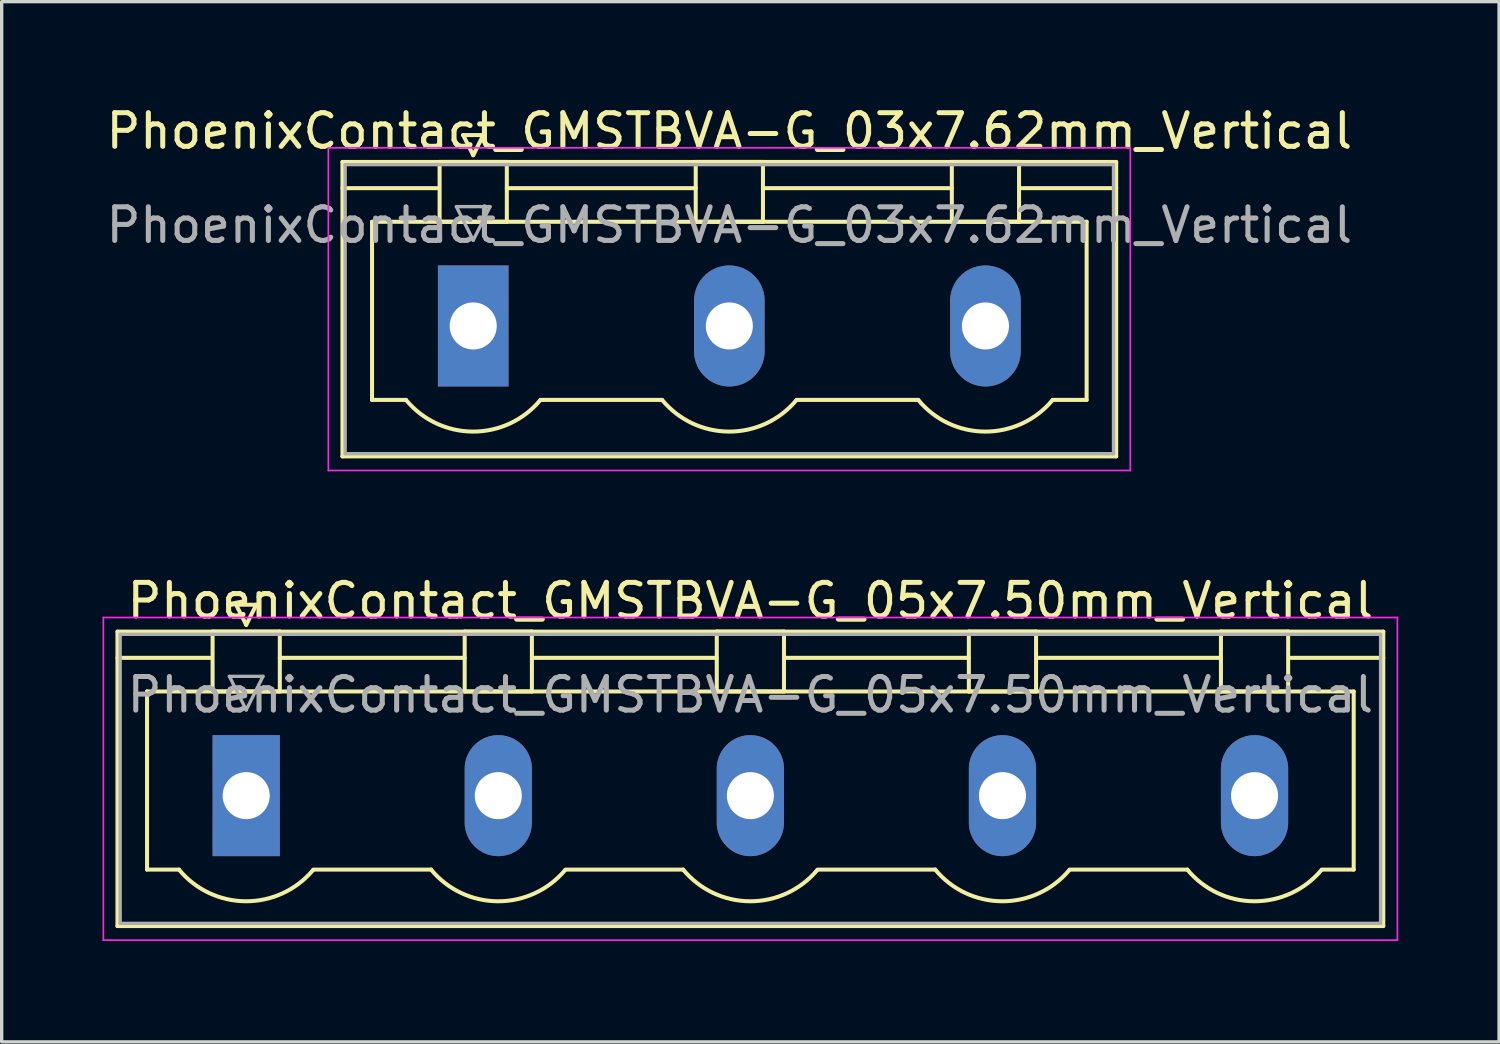
<source format=kicad_pcb>
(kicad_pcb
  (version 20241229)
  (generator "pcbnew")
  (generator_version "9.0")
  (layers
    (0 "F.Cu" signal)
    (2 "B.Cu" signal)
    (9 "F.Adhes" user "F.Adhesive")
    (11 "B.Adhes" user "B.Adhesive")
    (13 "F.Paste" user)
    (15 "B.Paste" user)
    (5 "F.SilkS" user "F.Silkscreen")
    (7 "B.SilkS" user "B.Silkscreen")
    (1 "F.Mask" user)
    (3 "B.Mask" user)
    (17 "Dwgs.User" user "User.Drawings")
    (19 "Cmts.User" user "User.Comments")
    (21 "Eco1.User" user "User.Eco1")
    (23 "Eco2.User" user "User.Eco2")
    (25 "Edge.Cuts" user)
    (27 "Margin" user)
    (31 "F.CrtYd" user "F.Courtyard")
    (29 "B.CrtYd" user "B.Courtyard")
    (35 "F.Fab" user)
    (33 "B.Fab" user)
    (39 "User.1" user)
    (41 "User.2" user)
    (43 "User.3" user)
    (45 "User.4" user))
  (footprint "PhoenixContact_GMSTBVA-G_03x7.62mm_Vertical"
    (layer "F.Cu")
    (at 11.029 6.648)
    (property "Reference" "PhoenixContact_GMSTBVA-G_03x7.62mm_Vertical" (at 7.62 -5.8 0) (layer "F.SilkS") (effects (font (size 1 1) (thickness 0.15))))
    (attr through_hole)
    (fp_line (start -3.89 -4.88) (end -3.89 3.88) (stroke (width 0.12) (type solid)) (layer "F.SilkS"))
    (fp_line (start -3.89 -4.1) (end -1.08 -4.1) (stroke (width 0.12) (type solid)) (layer "F.SilkS"))
    (fp_line (start -3.89 3.88) (end 19.13 3.88) (stroke (width 0.12) (type solid)) (layer "F.SilkS"))
    (fp_line (start -3.01 -3.1) (end 18.25 -3.1) (stroke (width 0.12) (type solid)) (layer "F.SilkS"))
    (fp_line (start -3.01 2.2) (end -3.01 -3.1) (stroke (width 0.12) (type solid)) (layer "F.SilkS"))
    (fp_line (start -2 2.2) (end -3.01 2.2) (stroke (width 0.12) (type solid)) (layer "F.SilkS"))
    (fp_line (start -1 -4.88) (end 1 -4.88) (stroke (width 0.12) (type solid)) (layer "F.SilkS"))
    (fp_line (start -1 -3.1) (end -1 -4.88) (stroke (width 0.12) (type solid)) (layer "F.SilkS"))
    (fp_line (start -0.3 -5.68) (end 0.3 -5.68) (stroke (width 0.12) (type solid)) (layer "F.SilkS"))
    (fp_line (start 0 -5.08) (end -0.3 -5.68) (stroke (width 0.12) (type solid)) (layer "F.SilkS"))
    (fp_line (start 0.3 -5.68) (end 0 -5.08) (stroke (width 0.12) (type solid)) (layer "F.SilkS"))
    (fp_line (start 1 -4.88) (end 1 -3.1) (stroke (width 0.12) (type solid)) (layer "F.SilkS"))
    (fp_line (start 1 -4.1) (end 6.62 -4.1) (stroke (width 0.12) (type solid)) (layer "F.SilkS"))
    (fp_line (start 1 -3.1) (end -1 -3.1) (stroke (width 0.12) (type solid)) (layer "F.SilkS"))
    (fp_line (start 2 2.2) (end 5.62 2.2) (stroke (width 0.12) (type solid)) (layer "F.SilkS"))
    (fp_line (start 6.62 -4.88) (end 8.62 -4.88) (stroke (width 0.12) (type solid)) (layer "F.SilkS"))
    (fp_line (start 6.62 -3.1) (end 6.62 -4.88) (stroke (width 0.12) (type solid)) (layer "F.SilkS"))
    (fp_line (start 8.62 -4.88) (end 8.62 -3.1) (stroke (width 0.12) (type solid)) (layer "F.SilkS"))
    (fp_line (start 8.62 -4.1) (end 14.24 -4.1) (stroke (width 0.12) (type solid)) (layer "F.SilkS"))
    (fp_line (start 8.62 -3.1) (end 6.62 -3.1) (stroke (width 0.12) (type solid)) (layer "F.SilkS"))
    (fp_line (start 9.62 2.2) (end 13.24 2.2) (stroke (width 0.12) (type solid)) (layer "F.SilkS"))
    (fp_line (start 14.24 -4.88) (end 16.24 -4.88) (stroke (width 0.12) (type solid)) (layer "F.SilkS"))
    (fp_line (start 14.24 -3.1) (end 14.24 -4.88) (stroke (width 0.12) (type solid)) (layer "F.SilkS"))
    (fp_line (start 16.24 -4.88) (end 16.24 -3.1) (stroke (width 0.12) (type solid)) (layer "F.SilkS"))
    (fp_line (start 16.24 -3.1) (end 14.24 -3.1) (stroke (width 0.12) (type solid)) (layer "F.SilkS"))
    (fp_line (start 18.25 -3.1) (end 18.25 2.2) (stroke (width 0.12) (type solid)) (layer "F.SilkS"))
    (fp_line (start 18.25 2.2) (end 17.24 2.2) (stroke (width 0.12) (type solid)) (layer "F.SilkS"))
    (fp_line (start 19.13 -4.88) (end -3.89 -4.88) (stroke (width 0.12) (type solid)) (layer "F.SilkS"))
    (fp_line (start 19.13 -4.1) (end 16.32 -4.1) (stroke (width 0.12) (type solid)) (layer "F.SilkS"))
    (fp_line (start 19.13 3.88) (end 19.13 -4.88) (stroke (width 0.12) (type solid)) (layer "F.SilkS"))
    (fp_arc (start 1.986842 2.215821) (mid -0.010289 3.142758) (end -2 2.2) (stroke (width 0.12) (type solid)) (layer "F.SilkS"))
    (fp_arc (start 9.606842 2.215821) (mid 7.609711 3.142758) (end 5.62 2.2) (stroke (width 0.12) (type solid)) (layer "F.SilkS"))
    (fp_arc (start 17.226842 2.215821) (mid 15.229711 3.142758) (end 13.24 2.2) (stroke (width 0.12) (type solid)) (layer "F.SilkS"))
    (fp_line (start -4.31 -5.3) (end -4.31 4.3) (stroke (width 0.05) (type solid)) (layer "F.CrtYd"))
    (fp_line (start -4.31 4.3) (end 19.55 4.3) (stroke (width 0.05) (type solid)) (layer "F.CrtYd"))
    (fp_line (start 19.55 -5.3) (end -4.31 -5.3) (stroke (width 0.05) (type solid)) (layer "F.CrtYd"))
    (fp_line (start 19.55 4.3) (end 19.55 -5.3) (stroke (width 0.05) (type solid)) (layer "F.CrtYd"))
    (fp_line (start -3.81 -4.8) (end -3.81 3.8) (stroke (width 0.1) (type solid)) (layer "F.Fab"))
    (fp_line (start -3.81 3.8) (end 19.05 3.8) (stroke (width 0.1) (type solid)) (layer "F.Fab"))
    (fp_line (start -0.5 -3.55) (end 0.5 -3.55) (stroke (width 0.1) (type solid)) (layer "F.Fab"))
    (fp_line (start 0 -2.55) (end -0.5 -3.55) (stroke (width 0.1) (type solid)) (layer "F.Fab"))
    (fp_line (start 0.5 -3.55) (end 0 -2.55) (stroke (width 0.1) (type solid)) (layer "F.Fab"))
    (fp_line (start 19.05 -4.8) (end -3.81 -4.8) (stroke (width 0.1) (type solid)) (layer "F.Fab"))
    (fp_line (start 19.05 3.8) (end 19.05 -4.8) (stroke (width 0.1) (type solid)) (layer "F.Fab"))
    (fp_text user "${REFERENCE}" (at 7.62 -3 0) (layer "F.Fab") (effects (font (size 1 1) (thickness 0.15))))
    (pad "1" thru_hole rect (at 0 0) (size 2.1 3.6) (drill 1.4) (layers "*.Cu" "*.Mask"))
    (pad "2" thru_hole oval (at 7.62 0) (size 2.1 3.6) (drill 1.4) (layers "*.Cu" "*.Mask"))
    (pad "3" thru_hole oval (at 15.24 0) (size 2.1 3.6) (drill 1.4) (layers "*.Cu" "*.Mask")))
  (footprint "PhoenixContact_GMSTBVA-G_05x7.50mm_Vertical"
    (layer "F.Cu")
    (at 4.275 20.622)
    (property "Reference" "PhoenixContact_GMSTBVA-G_05x7.50mm_Vertical" (at 15 -5.8 0) (layer "F.SilkS") (effects (font (size 1 1) (thickness 0.15))))
    (attr through_hole)
    (fp_line (start -3.83 -4.88) (end -3.83 3.88) (stroke (width 0.12) (type solid)) (layer "F.SilkS"))
    (fp_line (start -3.83 -4.1) (end -1.08 -4.1) (stroke (width 0.12) (type solid)) (layer "F.SilkS"))
    (fp_line (start -3.83 3.88) (end 33.83 3.88) (stroke (width 0.12) (type solid)) (layer "F.SilkS"))
    (fp_line (start -2.95 -3.1) (end 32.95 -3.1) (stroke (width 0.12) (type solid)) (layer "F.SilkS"))
    (fp_line (start -2.95 2.2) (end -2.95 -3.1) (stroke (width 0.12) (type solid)) (layer "F.SilkS"))
    (fp_line (start -2 2.2) (end -2.95 2.2) (stroke (width 0.12) (type solid)) (layer "F.SilkS"))
    (fp_line (start -1 -4.88) (end 1 -4.88) (stroke (width 0.12) (type solid)) (layer "F.SilkS"))
    (fp_line (start -1 -3.1) (end -1 -4.88) (stroke (width 0.12) (type solid)) (layer "F.SilkS"))
    (fp_line (start -0.3 -5.68) (end 0.3 -5.68) (stroke (width 0.12) (type solid)) (layer "F.SilkS"))
    (fp_line (start 0 -5.08) (end -0.3 -5.68) (stroke (width 0.12) (type solid)) (layer "F.SilkS"))
    (fp_line (start 0.3 -5.68) (end 0 -5.08) (stroke (width 0.12) (type solid)) (layer "F.SilkS"))
    (fp_line (start 1 -4.88) (end 1 -3.1) (stroke (width 0.12) (type solid)) (layer "F.SilkS"))
    (fp_line (start 1 -4.1) (end 6.5 -4.1) (stroke (width 0.12) (type solid)) (layer "F.SilkS"))
    (fp_line (start 1 -3.1) (end -1 -3.1) (stroke (width 0.12) (type solid)) (layer "F.SilkS"))
    (fp_line (start 2 2.2) (end 5.5 2.2) (stroke (width 0.12) (type solid)) (layer "F.SilkS"))
    (fp_line (start 6.5 -4.88) (end 8.5 -4.88) (stroke (width 0.12) (type solid)) (layer "F.SilkS"))
    (fp_line (start 6.5 -3.1) (end 6.5 -4.88) (stroke (width 0.12) (type solid)) (layer "F.SilkS"))
    (fp_line (start 8.5 -4.88) (end 8.5 -3.1) (stroke (width 0.12) (type solid)) (layer "F.SilkS"))
    (fp_line (start 8.5 -4.1) (end 14 -4.1) (stroke (width 0.12) (type solid)) (layer "F.SilkS"))
    (fp_line (start 8.5 -3.1) (end 6.5 -3.1) (stroke (width 0.12) (type solid)) (layer "F.SilkS"))
    (fp_line (start 9.5 2.2) (end 13 2.2) (stroke (width 0.12) (type solid)) (layer "F.SilkS"))
    (fp_line (start 14 -4.88) (end 16 -4.88) (stroke (width 0.12) (type solid)) (layer "F.SilkS"))
    (fp_line (start 14 -3.1) (end 14 -4.88) (stroke (width 0.12) (type solid)) (layer "F.SilkS"))
    (fp_line (start 16 -4.88) (end 16 -3.1) (stroke (width 0.12) (type solid)) (layer "F.SilkS"))
    (fp_line (start 16 -4.1) (end 21.5 -4.1) (stroke (width 0.12) (type solid)) (layer "F.SilkS"))
    (fp_line (start 16 -3.1) (end 14 -3.1) (stroke (width 0.12) (type solid)) (layer "F.SilkS"))
    (fp_line (start 17 2.2) (end 20.5 2.2) (stroke (width 0.12) (type solid)) (layer "F.SilkS"))
    (fp_line (start 21.5 -4.88) (end 23.5 -4.88) (stroke (width 0.12) (type solid)) (layer "F.SilkS"))
    (fp_line (start 21.5 -3.1) (end 21.5 -4.88) (stroke (width 0.12) (type solid)) (layer "F.SilkS"))
    (fp_line (start 23.5 -4.88) (end 23.5 -3.1) (stroke (width 0.12) (type solid)) (layer "F.SilkS"))
    (fp_line (start 23.5 -4.1) (end 29 -4.1) (stroke (width 0.12) (type solid)) (layer "F.SilkS"))
    (fp_line (start 23.5 -3.1) (end 21.5 -3.1) (stroke (width 0.12) (type solid)) (layer "F.SilkS"))
    (fp_line (start 24.5 2.2) (end 28 2.2) (stroke (width 0.12) (type solid)) (layer "F.SilkS"))
    (fp_line (start 29 -4.88) (end 31 -4.88) (stroke (width 0.12) (type solid)) (layer "F.SilkS"))
    (fp_line (start 29 -3.1) (end 29 -4.88) (stroke (width 0.12) (type solid)) (layer "F.SilkS"))
    (fp_line (start 31 -4.88) (end 31 -3.1) (stroke (width 0.12) (type solid)) (layer "F.SilkS"))
    (fp_line (start 31 -3.1) (end 29 -3.1) (stroke (width 0.12) (type solid)) (layer "F.SilkS"))
    (fp_line (start 32.95 -3.1) (end 32.95 2.2) (stroke (width 0.12) (type solid)) (layer "F.SilkS"))
    (fp_line (start 32.95 2.2) (end 32 2.2) (stroke (width 0.12) (type solid)) (layer "F.SilkS"))
    (fp_line (start 33.83 -4.88) (end -3.83 -4.88) (stroke (width 0.12) (type solid)) (layer "F.SilkS"))
    (fp_line (start 33.83 -4.1) (end 31.08 -4.1) (stroke (width 0.12) (type solid)) (layer "F.SilkS"))
    (fp_line (start 33.83 3.88) (end 33.83 -4.88) (stroke (width 0.12) (type solid)) (layer "F.SilkS"))
    (fp_arc (start 1.986842 2.215821) (mid -0.010289 3.142758) (end -2 2.2) (stroke (width 0.12) (type solid)) (layer "F.SilkS"))
    (fp_arc (start 9.486842 2.215821) (mid 7.489711 3.142758) (end 5.5 2.2) (stroke (width 0.12) (type solid)) (layer "F.SilkS"))
    (fp_arc (start 16.986842 2.215821) (mid 14.989711 3.142758) (end 13 2.2) (stroke (width 0.12) (type solid)) (layer "F.SilkS"))
    (fp_arc (start 24.486842 2.215821) (mid 22.489711 3.142758) (end 20.5 2.2) (stroke (width 0.12) (type solid)) (layer "F.SilkS"))
    (fp_arc (start 31.986842 2.215821) (mid 29.989711 3.142758) (end 28 2.2) (stroke (width 0.12) (type solid)) (layer "F.SilkS"))
    (fp_line (start -4.25 -5.3) (end -4.25 4.3) (stroke (width 0.05) (type solid)) (layer "F.CrtYd"))
    (fp_line (start -4.25 4.3) (end 34.25 4.3) (stroke (width 0.05) (type solid)) (layer "F.CrtYd"))
    (fp_line (start 34.25 -5.3) (end -4.25 -5.3) (stroke (width 0.05) (type solid)) (layer "F.CrtYd"))
    (fp_line (start 34.25 4.3) (end 34.25 -5.3) (stroke (width 0.05) (type solid)) (layer "F.CrtYd"))
    (fp_line (start -3.75 -4.8) (end -3.75 3.8) (stroke (width 0.1) (type solid)) (layer "F.Fab"))
    (fp_line (start -3.75 3.8) (end 33.75 3.8) (stroke (width 0.1) (type solid)) (layer "F.Fab"))
    (fp_line (start -0.5 -3.55) (end 0.5 -3.55) (stroke (width 0.1) (type solid)) (layer "F.Fab"))
    (fp_line (start 0 -2.55) (end -0.5 -3.55) (stroke (width 0.1) (type solid)) (layer "F.Fab"))
    (fp_line (start 0.5 -3.55) (end 0 -2.55) (stroke (width 0.1) (type solid)) (layer "F.Fab"))
    (fp_line (start 33.75 -4.8) (end -3.75 -4.8) (stroke (width 0.1) (type solid)) (layer "F.Fab"))
    (fp_line (start 33.75 3.8) (end 33.75 -4.8) (stroke (width 0.1) (type solid)) (layer "F.Fab"))
    (fp_text user "${REFERENCE}" (at 15 -3 0) (layer "F.Fab") (effects (font (size 1 1) (thickness 0.15))))
    (pad "1" thru_hole rect (at 0 0) (size 2 3.6) (drill 1.4) (layers "*.Cu" "*.Mask"))
    (pad "2" thru_hole oval (at 7.5 0) (size 2 3.6) (drill 1.4) (layers "*.Cu" "*.Mask"))
    (pad "3" thru_hole oval (at 15 0) (size 2 3.6) (drill 1.4) (layers "*.Cu" "*.Mask"))
    (pad "4" thru_hole oval (at 22.5 0) (size 2 3.6) (drill 1.4) (layers "*.Cu" "*.Mask"))
    (pad "5" thru_hole oval (at 30 0) (size 2 3.6) (drill 1.4) (layers "*.Cu" "*.Mask")))
  (gr_rect
    (start -3 -3)
    (end 41.55 27.947)
    (stroke (width 0.1) (type default))
    (fill no)
    (layer "Edge.Cuts")))
</source>
